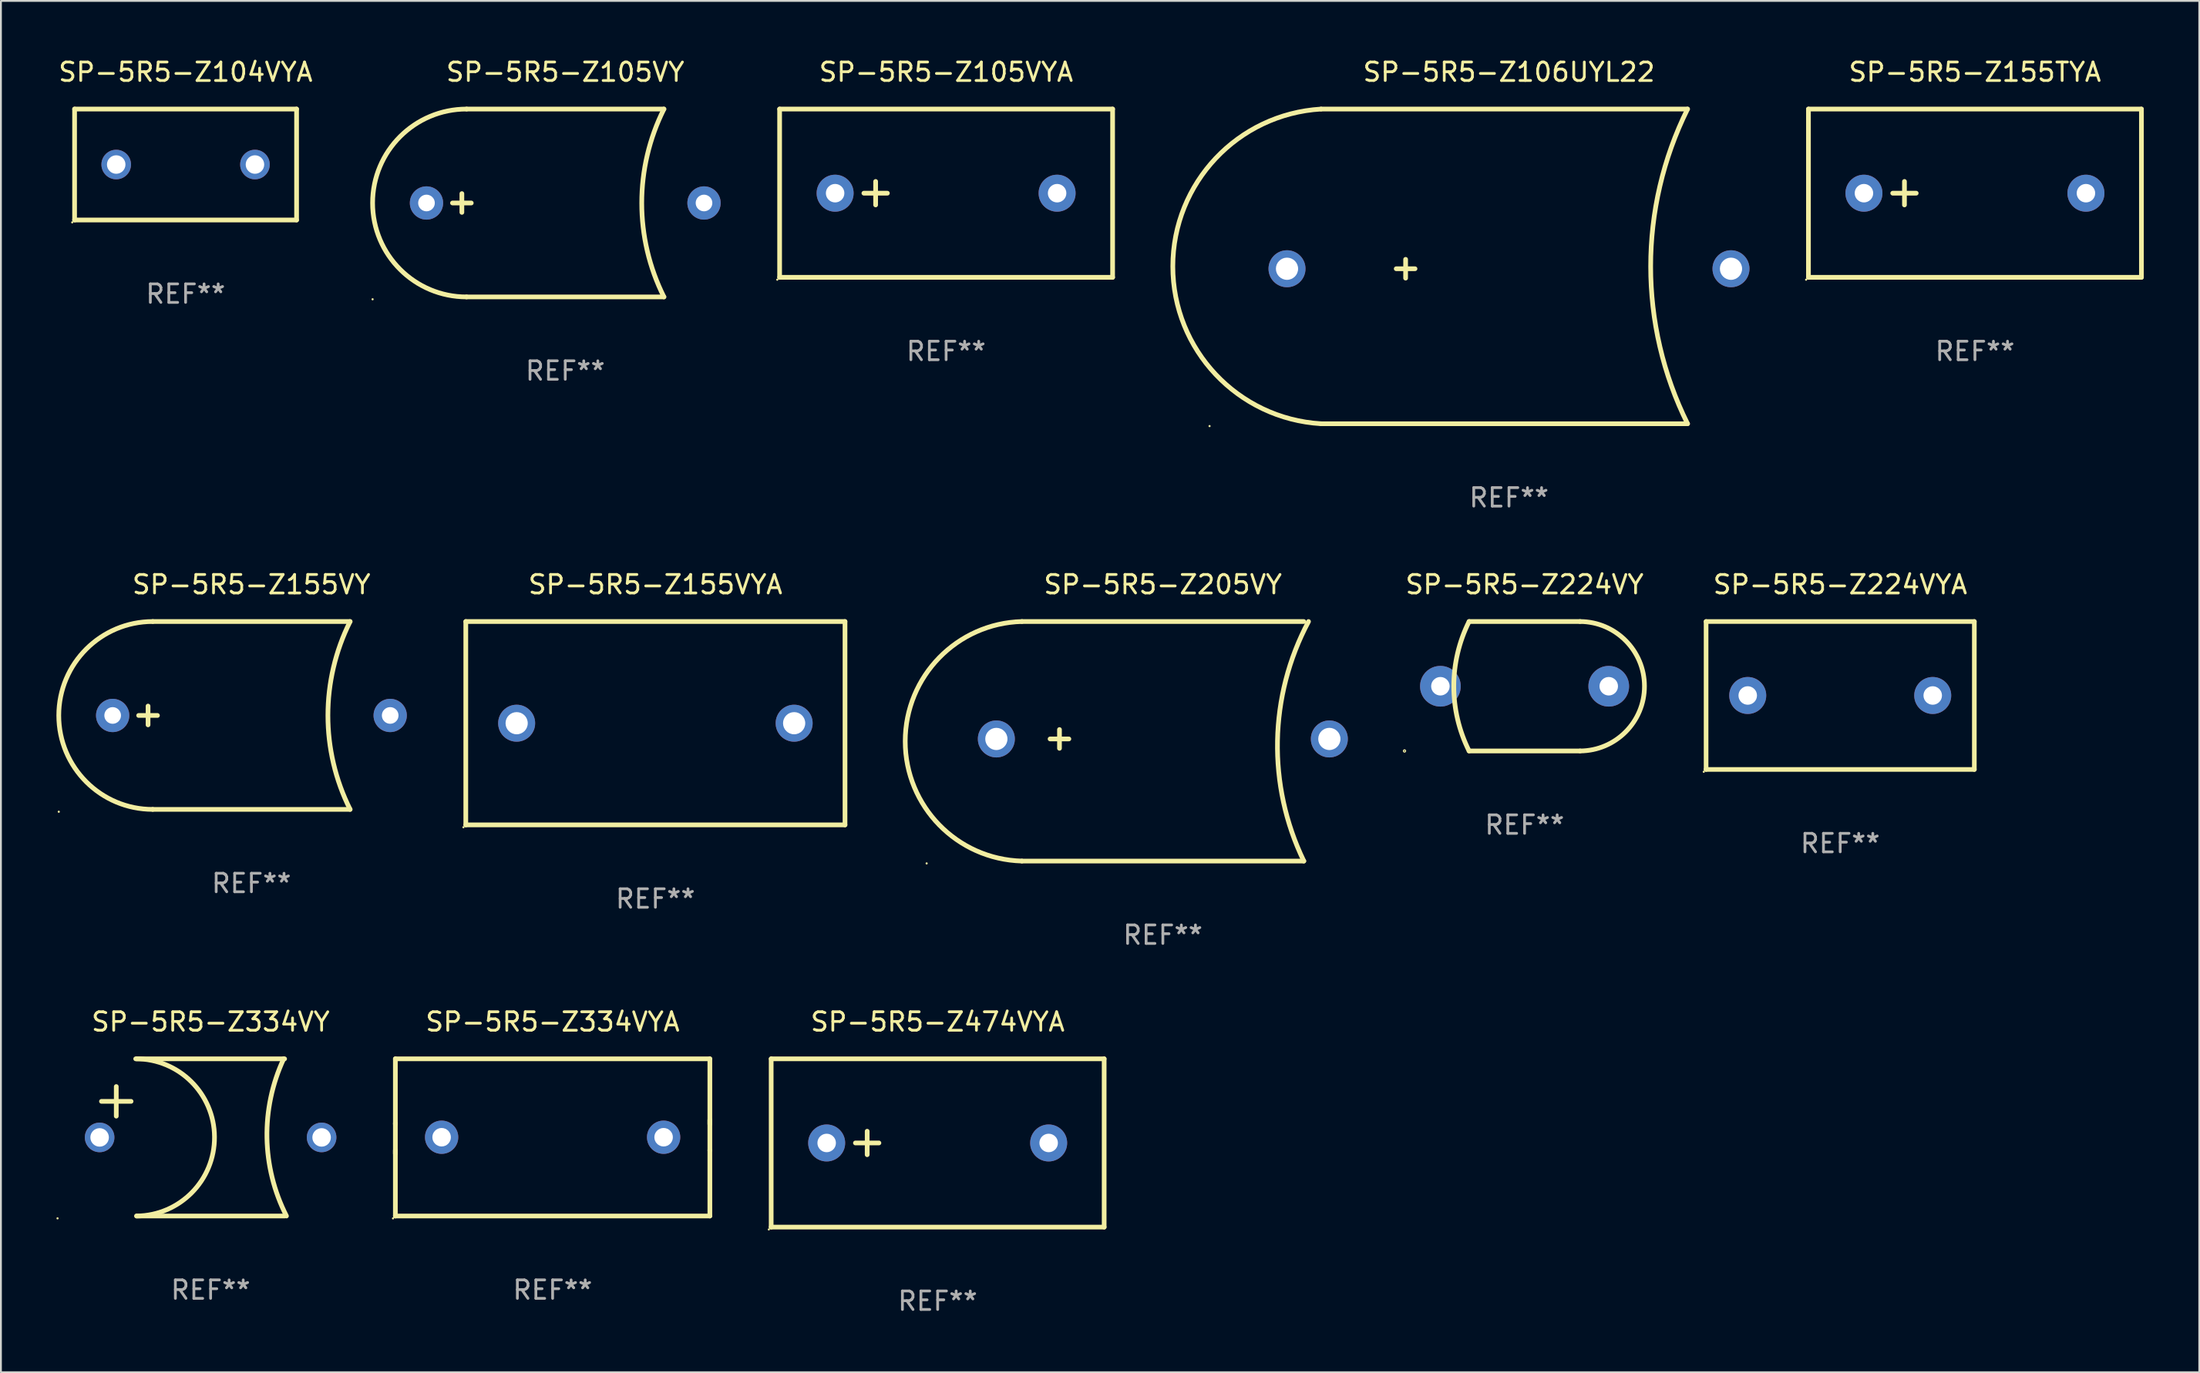
<source format=kicad_pcb>
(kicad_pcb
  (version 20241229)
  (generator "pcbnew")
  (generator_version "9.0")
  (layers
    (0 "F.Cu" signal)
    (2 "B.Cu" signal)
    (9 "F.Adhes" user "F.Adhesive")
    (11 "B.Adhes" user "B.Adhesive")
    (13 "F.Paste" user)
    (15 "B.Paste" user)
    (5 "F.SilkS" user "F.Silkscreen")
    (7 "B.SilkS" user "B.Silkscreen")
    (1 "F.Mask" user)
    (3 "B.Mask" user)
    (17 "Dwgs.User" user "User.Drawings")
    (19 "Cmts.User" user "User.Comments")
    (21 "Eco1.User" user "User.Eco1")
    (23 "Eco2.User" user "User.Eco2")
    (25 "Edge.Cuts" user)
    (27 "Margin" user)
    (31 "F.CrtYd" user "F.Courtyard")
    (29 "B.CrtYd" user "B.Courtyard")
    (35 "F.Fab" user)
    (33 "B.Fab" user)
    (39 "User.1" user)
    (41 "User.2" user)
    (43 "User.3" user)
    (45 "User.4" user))
  (footprint "SP-5R5-Z224VY"
    (layer "F.Cu")
    (at 79.362 34.063)
    (property "Reference" "SP-5R5-Z224VY" (at 0 -5.5 0) (layer "F.SilkS") (effects (font (size 1 1) (thickness 0.15))))
    (attr through_hole)
    (fp_line (start -3 -3.5) (end 3 -3.5) (stroke (width 0.254) (type solid)) (layer "F.SilkS"))
    (fp_line (start 3 3.5) (end -3 3.5) (stroke (width 0.254) (type solid)) (layer "F.SilkS"))
    (fp_arc (start -2.999746 3.500127) (mid -3.826085 0.000093) (end -3 -3.5) (stroke (width 0.254001) (type solid)) (layer "F.SilkS"))
    (fp_arc (start 2.999747 -3.500126) (mid 6.499822 -0.000189) (end 3 3.5) (stroke (width 0.254001) (type solid)) (layer "F.SilkS"))
    (fp_circle (center -6.49 3.5) (end -6.461 3.5) (stroke (width 0.06) (type solid)) (fill no) (layer "F.SilkS"))
    (fp_text user "+" (at -4.699 -1.143 0) (layer "B.Mask") (effects (font (size 1 1) (thickness 0.15))))
    (fp_text user "REF**" (at 0 7.5 0) (layer "F.Fab") (effects (font (size 1 1) (thickness 0.15))))
    (pad "1" thru_hole circle (at -4.55 0) (size 2.2 2.2) (drill 1) (layers "*.Cu" "*.Mask"))
    (pad "2" thru_hole circle (at 4.55 0) (size 2.2 2.2) (drill 1) (layers "*.Cu" "*.Mask")))
  (footprint "SP-5R5-Z155VY"
    (layer "F.Cu")
    (at 10.541 35.643)
    (property "Reference" "SP-5R5-Z155VY" (at 0 -7.08 0) (layer "F.SilkS") (effects (font (size 1 1) (thickness 0.15))))
    (attr through_hole)
    (fp_line (start -6.096 0) (end -5.08 0) (stroke (width 0.254) (type solid)) (layer "F.SilkS"))
    (fp_line (start -5.588 -0.508) (end -5.588 0.508) (stroke (width 0.254) (type solid)) (layer "F.SilkS"))
    (fp_line (start -5.334 5.08) (end 5.334 5.08) (stroke (width 0.254) (type solid)) (layer "F.SilkS"))
    (fp_line (start 5.334 -5.08) (end -5.334 -5.08) (stroke (width 0.254) (type solid)) (layer "F.SilkS"))
    (fp_arc (start -5.334011 5.08001) (mid -10.414021 0) (end -5.334011 -5.08001) (stroke (width 0.254001) (type solid)) (layer "F.SilkS"))
    (fp_arc (start 5.334011 5.08001) (mid 4.134783 0) (end 5.334011 -5.08001) (stroke (width 0.254001) (type solid)) (layer "F.SilkS"))
    (fp_circle (center -10.414 5.207) (end -10.384 5.207) (stroke (width 0.06) (type solid)) (fill no) (layer "F.SilkS"))
    (fp_text user "REF**" (at 0 9.08 0) (layer "F.Fab") (effects (font (size 1 1) (thickness 0.15))))
    (pad "1" thru_hole circle (at -7.501 0) (size 1.8 1.8) (drill 0.9) (layers "*.Cu" "*.Mask"))
    (pad "2" thru_hole circle (at 7.501 0) (size 1.8 1.8) (drill 0.9) (layers "*.Cu" "*.Mask")))
  (footprint "SP-5R5-Z105VY"
    (layer "F.Cu")
    (at 27.505 7.928)
    (property "Reference" "SP-5R5-Z105VY" (at 0 -7.08 0) (layer "F.SilkS") (effects (font (size 1 1) (thickness 0.15))))
    (attr through_hole)
    (fp_line (start -6.096 0) (end -5.08 0) (stroke (width 0.254) (type solid)) (layer "F.SilkS"))
    (fp_line (start -5.588 -0.508) (end -5.588 0.508) (stroke (width 0.254) (type solid)) (layer "F.SilkS"))
    (fp_line (start -5.334 5.08) (end 5.334 5.08) (stroke (width 0.254) (type solid)) (layer "F.SilkS"))
    (fp_line (start 5.334 -5.08) (end -5.334 -5.08) (stroke (width 0.254) (type solid)) (layer "F.SilkS"))
    (fp_arc (start -5.334011 5.08001) (mid -10.414021 0) (end -5.334011 -5.08001) (stroke (width 0.254001) (type solid)) (layer "F.SilkS"))
    (fp_arc (start 5.334011 5.08001) (mid 4.134783 0) (end 5.334011 -5.08001) (stroke (width 0.254001) (type solid)) (layer "F.SilkS"))
    (fp_circle (center -10.414 5.207) (end -10.384 5.207) (stroke (width 0.06) (type solid)) (fill no) (layer "F.SilkS"))
    (fp_text user "REF**" (at 0 9.08 0) (layer "F.Fab") (effects (font (size 1 1) (thickness 0.15))))
    (pad "1" thru_hole circle (at -7.501 0) (size 1.8 1.8) (drill 0.9) (layers "*.Cu" "*.Mask"))
    (pad "2" thru_hole circle (at 7.501 0) (size 1.8 1.8) (drill 0.9) (layers "*.Cu" "*.Mask")))
  (footprint "SP-5R5-Z205VY"
    (layer "F.Cu")
    (at 59.809 37.04)
    (property "Reference" "SP-5R5-Z205VY" (at 0 -8.477 0) (layer "F.SilkS") (effects (font (size 1 1) (thickness 0.15))))
    (attr through_hole)
    (fp_line (start -7.62 6.477) (end 7.62 6.477) (stroke (width 0.254) (type solid)) (layer "F.SilkS"))
    (fp_line (start -6.096 -0.127) (end -5.08 -0.127) (stroke (width 0.254) (type solid)) (layer "F.SilkS"))
    (fp_line (start -5.588 -0.635) (end -5.588 0.381) (stroke (width 0.254) (type solid)) (layer "F.SilkS"))
    (fp_line (start 7.62 -6.477) (end -7.62 -6.477) (stroke (width 0.254) (type solid)) (layer "F.SilkS"))
    (fp_arc (start -7.620015 6.477013) (mid -13.928168 0) (end -7.620015 -6.477013) (stroke (width 0.254001) (type solid)) (layer "F.SilkS"))
    (fp_arc (start 7.620015 6.477013) (mid 6.196987 -0.030393) (end 7.874016 -6.477013) (stroke (width 0.254001) (type solid)) (layer "F.SilkS"))
    (fp_circle (center -12.769 6.604) (end -12.739 6.604) (stroke (width 0.06) (type solid)) (fill no) (layer "F.SilkS"))
    (fp_text user "REF**" (at 0 10.477 0) (layer "F.Fab") (effects (font (size 1 1) (thickness 0.15))))
    (pad "1" thru_hole circle (at -9 -0.127) (size 2 2) (drill 1.2) (layers "*.Cu" "*.Mask"))
    (pad "2" thru_hole circle (at 9 -0.127) (size 2 2) (drill 1.2) (layers "*.Cu" "*.Mask")))
  (footprint "SP-5R5-Z155TYA"
    (layer "F.Cu")
    (at 103.707 7.398)
    (property "Reference" "SP-5R5-Z155TYA" (at 0 -6.55 0) (layer "F.SilkS") (effects (font (size 1 1) (thickness 0.15))))
    (attr through_hole)
    (fp_line (start -9 -4.55) (end 9 -4.55) (stroke (width 0.254) (type solid)) (layer "F.SilkS"))
    (fp_line (start -9 4.55) (end -9 -4.55) (stroke (width 0.254) (type solid)) (layer "F.SilkS"))
    (fp_line (start -4.445 -0.000013) (end -3.175 -0.000013) (stroke (width 0.254) (type solid)) (layer "F.SilkS"))
    (fp_line (start -3.81 -0.635) (end -3.81 0.635) (stroke (width 0.254) (type solid)) (layer "F.SilkS"))
    (fp_line (start 9 -4.55) (end 9 4.55) (stroke (width 0.254) (type solid)) (layer "F.SilkS"))
    (fp_line (start 9 4.55) (end -9 4.55) (stroke (width 0.254) (type solid)) (layer "F.SilkS"))
    (fp_circle (center -9.127 4.677) (end -9.097 4.677) (stroke (width 0.06) (type solid)) (fill no) (layer "F.SilkS"))
    (fp_text user "REF**" (at 0 8.55 0) (layer "F.Fab") (effects (font (size 1 1) (thickness 0.15))))
    (pad "1" thru_hole circle (at -6 -0.000013) (size 2 2) (drill 1) (layers "*.Cu" "*.Mask"))
    (pad "2" thru_hole circle (at 6 -0.000013) (size 2 2) (drill 1) (layers "*.Cu" "*.Mask")))
  (footprint "SP-5R5-Z334VY"
    (layer "F.Cu")
    (at 8.335 58.463)
    (property "Reference" "SP-5R5-Z334VY" (at 0 -6.25 0) (layer "F.SilkS") (effects (font (size 1 1) (thickness 0.15))))
    (attr through_hole)
    (fp_line (start -5.9 -1.95) (end -4.3 -1.95) (stroke (width 0.254) (type solid)) (layer "F.SilkS"))
    (fp_line (start -5.1 -2.751) (end -5.1 -1.151) (stroke (width 0.254) (type solid)) (layer "F.SilkS"))
    (fp_line (start -4 -4.25) (end 4 -4.25) (stroke (width 0.254) (type solid)) (layer "F.SilkS"))
    (fp_line (start -4 4.25) (end 4 4.25) (stroke (width 0.254) (type solid)) (layer "F.SilkS"))
    (fp_arc (start -4.049987 -4.250012) (mid 0.200003 -0.024859) (end -4 4.249987) (stroke (width 0.254001) (type solid)) (layer "F.SilkS"))
    (fp_arc (start 4.1 4.249987) (mid 3.045425 0.017272) (end 3.950013 -4.250013) (stroke (width 0.254001) (type solid)) (layer "F.SilkS"))
    (fp_circle (center -8.275 4.377) (end -8.245 4.377) (stroke (width 0.06) (type solid)) (fill no) (layer "F.SilkS"))
    (fp_text user "REF**" (at 0 8.25 0) (layer "F.Fab") (effects (font (size 1 1) (thickness 0.15))))
    (pad "1" thru_hole circle (at -6 -0.000025) (size 1.6 1.6) (drill 1) (layers "*.Cu" "*.Mask"))
    (pad "2" thru_hole circle (at 6 -0.000025) (size 1.6 1.6) (drill 1) (layers "*.Cu" "*.Mask")))
  (footprint "SP-5R5-Z105VYA"
    (layer "F.Cu")
    (at 48.093 7.398)
    (property "Reference" "SP-5R5-Z105VYA" (at 0 -6.55 0) (layer "F.SilkS") (effects (font (size 1 1) (thickness 0.15))))
    (attr through_hole)
    (fp_line (start -9 -4.55) (end 9 -4.55) (stroke (width 0.254) (type solid)) (layer "F.SilkS"))
    (fp_line (start -9 4.55) (end -9 -4.55) (stroke (width 0.254) (type solid)) (layer "F.SilkS"))
    (fp_line (start -4.445 -0.000013) (end -3.175 -0.000013) (stroke (width 0.254) (type solid)) (layer "F.SilkS"))
    (fp_line (start -3.81 -0.635) (end -3.81 0.635) (stroke (width 0.254) (type solid)) (layer "F.SilkS"))
    (fp_line (start 9 -4.55) (end 9 4.55) (stroke (width 0.254) (type solid)) (layer "F.SilkS"))
    (fp_line (start 9 4.55) (end -9 4.55) (stroke (width 0.254) (type solid)) (layer "F.SilkS"))
    (fp_circle (center -9.127 4.677) (end -9.097 4.677) (stroke (width 0.06) (type solid)) (fill no) (layer "F.SilkS"))
    (fp_text user "REF**" (at 0 8.55 0) (layer "F.Fab") (effects (font (size 1 1) (thickness 0.15))))
    (pad "1" thru_hole circle (at -6 -0.000013) (size 2 2) (drill 1) (layers "*.Cu" "*.Mask"))
    (pad "2" thru_hole circle (at 6 -0.000013) (size 2 2) (drill 1) (layers "*.Cu" "*.Mask")))
  (footprint "SP-5R5-Z104VYA"
    (layer "F.Cu")
    (at 6.982 5.848)
    (property "Reference" "SP-5R5-Z104VYA" (at 0 -5 0) (layer "F.SilkS") (effects (font (size 1 1) (thickness 0.15))))
    (attr through_hole)
    (fp_line (start -6 -3) (end 6 -3) (stroke (width 0.254) (type solid)) (layer "F.SilkS"))
    (fp_line (start -6 3) (end -6 -3) (stroke (width 0.254) (type solid)) (layer "F.SilkS"))
    (fp_line (start 6 -3) (end 6 3) (stroke (width 0.254) (type solid)) (layer "F.SilkS"))
    (fp_line (start 6 3) (end -6 3) (stroke (width 0.254) (type solid)) (layer "F.SilkS"))
    (fp_circle (center -6.127 3.127) (end -6.097 3.127) (stroke (width 0.06) (type solid)) (fill no) (layer "F.SilkS"))
    (fp_text user "REF**" (at 0 7 0) (layer "F.Fab") (effects (font (size 1 1) (thickness 0.15))))
    (pad "1" thru_hole circle (at -3.75 0) (size 1.6 1.6) (drill 1) (layers "*.Cu" "*.Mask"))
    (pad "2" thru_hole circle (at 3.75 0) (size 1.6 1.6) (drill 1) (layers "*.Cu" "*.Mask")))
  (footprint "SP-5R5-Z106UYL22"
    (layer "F.Cu")
    (at 78.52 11.357)
    (property "Reference" "SP-5R5-Z106UYL22" (at 0 -10.509 0) (layer "F.SilkS") (effects (font (size 1 1) (thickness 0.15))))
    (attr through_hole)
    (fp_line (start -10.16 8.509) (end 9.652 8.509) (stroke (width 0.254) (type solid)) (layer "F.SilkS"))
    (fp_line (start -6.096 0.127) (end -5.08 0.127) (stroke (width 0.254) (type solid)) (layer "F.SilkS"))
    (fp_line (start -5.588 -0.381) (end -5.588 0.635) (stroke (width 0.254) (type solid)) (layer "F.SilkS"))
    (fp_line (start 9.652 -8.509) (end -10.16 -8.509) (stroke (width 0.254) (type solid)) (layer "F.SilkS"))
    (fp_arc (start -10.16002 8.509017) (mid -18.172748 0) (end -10.160021 -8.509017) (stroke (width 0.254001) (type solid)) (layer "F.SilkS"))
    (fp_arc (start 9.652019 8.509017) (mid 7.658002 0) (end 9.652019 -8.509017) (stroke (width 0.254001) (type solid)) (layer "F.SilkS"))
    (fp_circle (center -16.186 8.636) (end -16.156 8.636) (stroke (width 0.06) (type solid)) (fill no) (layer "F.SilkS"))
    (fp_text user "REF**" (at 0 12.509 0) (layer "F.Fab") (effects (font (size 1 1) (thickness 0.15))))
    (pad "1" thru_hole circle (at -12 0.127) (size 2 2) (drill 1.2) (layers "*.Cu" "*.Mask"))
    (pad "2" thru_hole circle (at 12 0.127) (size 2 2) (drill 1.2) (layers "*.Cu" "*.Mask")))
  (footprint "SP-5R5-Z155VYA"
    (layer "F.Cu")
    (at 32.378 36.062)
    (property "Reference" "SP-5R5-Z155VYA" (at 0 -7.499 0) (layer "F.SilkS") (effects (font (size 1 1) (thickness 0.15))))
    (attr through_hole)
    (fp_line (start -10.249 -5.499) (end 10.249 -5.499) (stroke (width 0.254) (type solid)) (layer "F.SilkS"))
    (fp_line (start -10.249 5.499) (end -10.249 -5.499) (stroke (width 0.254) (type solid)) (layer "F.SilkS"))
    (fp_line (start 10.249 -5.499) (end 10.249 5.499) (stroke (width 0.254) (type solid)) (layer "F.SilkS"))
    (fp_line (start 10.249 5.499) (end -10.249 5.499) (stroke (width 0.254) (type solid)) (layer "F.SilkS"))
    (fp_circle (center -10.376 5.626) (end -10.346 5.626) (stroke (width 0.06) (type solid)) (fill no) (layer "F.SilkS"))
    (fp_text user "REF**" (at 0 9.499 0) (layer "F.Fab") (effects (font (size 1 1) (thickness 0.15))))
    (pad "1" thru_hole circle (at -7.5 0) (size 2 2) (drill 1.2) (layers "*.Cu" "*.Mask"))
    (pad "2" thru_hole circle (at 7.5 0) (size 2 2) (drill 1.2) (layers "*.Cu" "*.Mask")))
  (footprint "SP-5R5-Z224VYA"
    (layer "F.Cu")
    (at 96.424 34.563)
    (property "Reference" "SP-5R5-Z224VYA" (at 0 -6 0) (layer "F.SilkS") (effects (font (size 1 1) (thickness 0.15))))
    (attr through_hole)
    (fp_line (start -7.25 -4) (end 7.25 -4) (stroke (width 0.25) (type solid)) (layer "F.SilkS"))
    (fp_line (start -7.25 4) (end -7.25 -4) (stroke (width 0.25) (type solid)) (layer "F.SilkS"))
    (fp_line (start -7.25 4) (end 7.25 4) (stroke (width 0.25) (type solid)) (layer "F.SilkS"))
    (fp_line (start 7.25 -4) (end 7.25 4) (stroke (width 0.25) (type solid)) (layer "F.SilkS"))
    (fp_circle (center -7.375 4.125) (end -7.345 4.125) (stroke (width 0.06) (type solid)) (fill no) (layer "F.SilkS"))
    (fp_text user "+" (at -3.749 0.081 0) (layer "B.Mask") (effects (font (size 1 1) (thickness 0.15))))
    (fp_text user "REF**" (at 0 8 0) (layer "F.Fab") (effects (font (size 1 1) (thickness 0.15))))
    (pad "1" thru_hole circle (at -4.999 0) (size 2 2) (drill 1) (layers "*.Cu" "*.Mask"))
    (pad "2" thru_hole circle (at 5.001 0) (size 2 2) (drill 1) (layers "*.Cu" "*.Mask")))
  (footprint "SP-5R5-Z474VYA"
    (layer "F.Cu")
    (at 47.636 58.763)
    (property "Reference" "SP-5R5-Z474VYA" (at 0 -6.55 0) (layer "F.SilkS") (effects (font (size 1 1) (thickness 0.15))))
    (attr through_hole)
    (fp_line (start -9 -4.55) (end 9 -4.55) (stroke (width 0.254) (type solid)) (layer "F.SilkS"))
    (fp_line (start -9 4.55) (end -9 -4.55) (stroke (width 0.254) (type solid)) (layer "F.SilkS"))
    (fp_line (start -4.445 -0.000013) (end -3.175 -0.000013) (stroke (width 0.254) (type solid)) (layer "F.SilkS"))
    (fp_line (start -3.81 -0.635) (end -3.81 0.635) (stroke (width 0.254) (type solid)) (layer "F.SilkS"))
    (fp_line (start 9 -4.55) (end 9 4.55) (stroke (width 0.254) (type solid)) (layer "F.SilkS"))
    (fp_line (start 9 4.55) (end -9 4.55) (stroke (width 0.254) (type solid)) (layer "F.SilkS"))
    (fp_circle (center -9.127 4.677) (end -9.097 4.677) (stroke (width 0.06) (type solid)) (fill no) (layer "F.SilkS"))
    (fp_text user "REF**" (at 0 8.55 0) (layer "F.Fab") (effects (font (size 1 1) (thickness 0.15))))
    (pad "1" thru_hole circle (at -6 -0.000013) (size 2 2) (drill 1) (layers "*.Cu" "*.Mask"))
    (pad "2" thru_hole circle (at 6 -0.000013) (size 2 2) (drill 1) (layers "*.Cu" "*.Mask")))
  (footprint "SP-5R5-Z334VYA"
    (layer "F.Cu")
    (at 26.822 58.463)
    (property "Reference" "SP-5R5-Z334VYA" (at 0 -6.25 0) (layer "F.SilkS") (effects (font (size 1 1) (thickness 0.15))))
    (attr through_hole)
    (fp_line (start -8.5 -4.25) (end 8.5 -4.25) (stroke (width 0.254) (type solid)) (layer "F.SilkS"))
    (fp_line (start -8.5 -0.772) (end -8.5 0.879) (stroke (width 0.254) (type solid)) (layer "F.SilkS"))
    (fp_line (start -8.5 -0.719) (end -8.5 -4.25) (stroke (width 0.254) (type solid)) (layer "F.SilkS"))
    (fp_line (start -8.5 4.25) (end -8.5 0.699) (stroke (width 0.254) (type solid)) (layer "F.SilkS"))
    (fp_line (start 8.5 -4.25) (end 8.5 -0.719) (stroke (width 0.254) (type solid)) (layer "F.SilkS"))
    (fp_line (start 8.5 0.699) (end 8.5 -0.945) (stroke (width 0.254) (type solid)) (layer "F.SilkS"))
    (fp_line (start 8.5 0.699) (end 8.5 4.25) (stroke (width 0.254) (type solid)) (layer "F.SilkS"))
    (fp_line (start 8.5 4.25) (end -8.5 4.25) (stroke (width 0.254) (type solid)) (layer "F.SilkS"))
    (fp_circle (center -8.627 4.377) (end -8.597 4.377) (stroke (width 0.06) (type solid)) (fill no) (layer "F.SilkS"))
    (fp_text user "+" (at -4.572 -0.01 0) (layer "B.Mask") (effects (font (size 1 1) (thickness 0.15))))
    (fp_text user "REF**" (at 0 8.25 0) (layer "F.Fab") (effects (font (size 1 1) (thickness 0.15))))
    (pad "1" thru_hole circle (at -6 -0.01) (size 1.8 1.8) (drill 1) (layers "*.Cu" "*.Mask"))
    (pad "2" thru_hole circle (at 6 -0.01) (size 1.8 1.8) (drill 1) (layers "*.Cu" "*.Mask")))
  (gr_rect
    (start -3 -3)
    (end 115.834 71.162)
    (stroke (width 0.1) (type default))
    (fill no)
    (layer "Edge.Cuts")))
</source>
